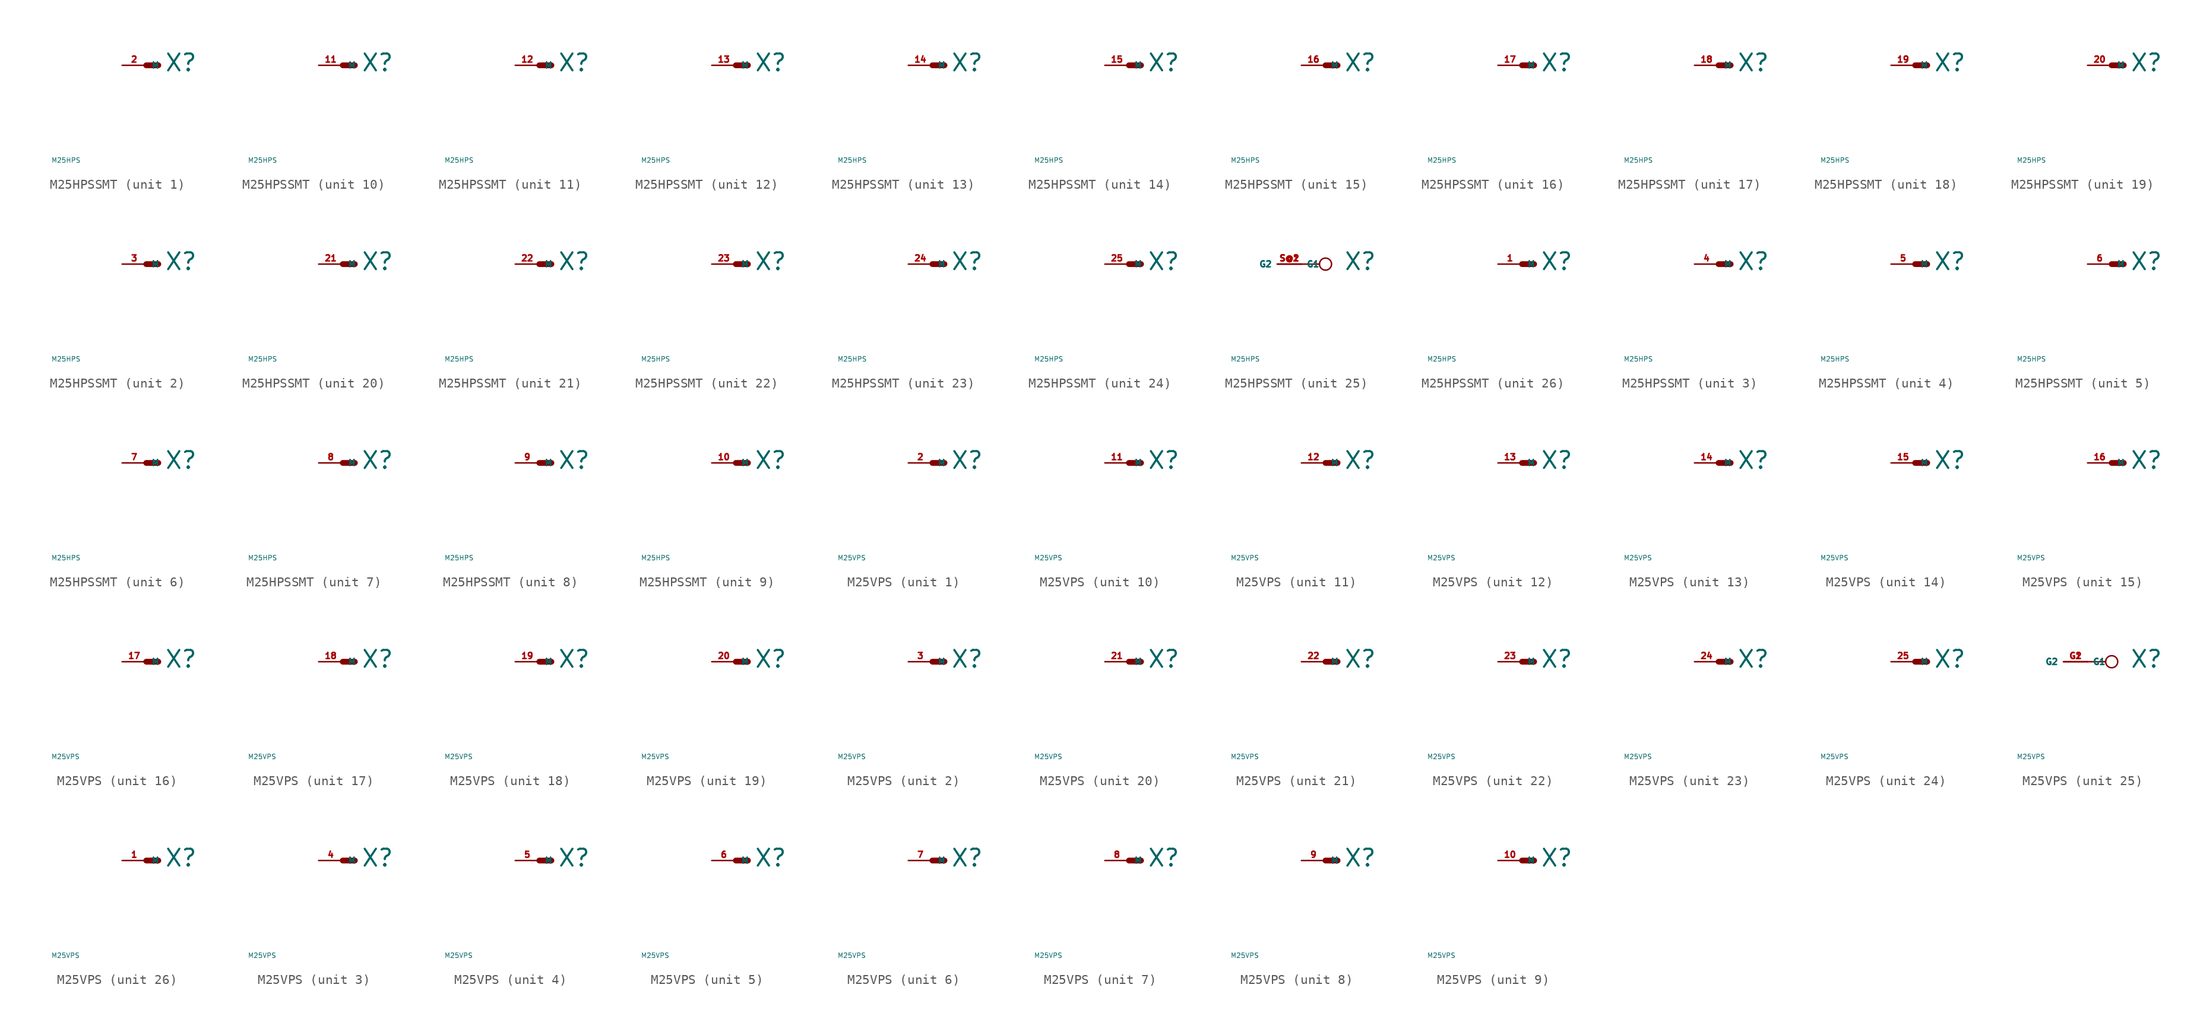
<source format=kicad_sym>
(kicad_symbol_lib
  (version 20220914)
  (generator Eagle2Kicad)
  (symbol "M25HPSSMT"
    (property "Reference" "X"
      (at 1.905 -0.762 0)
      (effects (font (size 1.778 1.778) (thickness 0.22)) (justify left bottom)))
    (property "Value" "M25HPS"
      (at -10 -10 0)
      (effects (font (size 0.5 0.5) (thickness 0.06)) (justify left)))
    (symbol "M25HPSSMT_1_0"
      (polyline (pts (xy 0 0) (xy 1.27 0)) (stroke (width 0.61) (type default)) (fill (type none)))
      (pin passive line (at -2.54 0 0) (length 2.54) (name "M" (effects (font (size 0.635 0.635) (thickness 0.08)) (justify left bottom))) (number "2" (effects (font (size 0.635 0.635) (thickness 0.08)) (justify left bottom)))))
    (symbol "M25HPSSMT_2_0"
      (polyline (pts (xy 0 0) (xy 1.27 0)) (stroke (width 0.61) (type default)) (fill (type none)))
      (pin passive line (at -2.54 0 0) (length 2.54) (name "M" (effects (font (size 0.635 0.635) (thickness 0.08)) (justify left bottom))) (number "3" (effects (font (size 0.635 0.635) (thickness 0.08)) (justify left bottom)))))
    (symbol "M25HPSSMT_3_0"
      (polyline (pts (xy 0 0) (xy 1.27 0)) (stroke (width 0.61) (type default)) (fill (type none)))
      (pin passive line (at -2.54 0 0) (length 2.54) (name "M" (effects (font (size 0.635 0.635) (thickness 0.08)) (justify left bottom))) (number "4" (effects (font (size 0.635 0.635) (thickness 0.08)) (justify left bottom)))))
    (symbol "M25HPSSMT_4_0"
      (polyline (pts (xy 0 0) (xy 1.27 0)) (stroke (width 0.61) (type default)) (fill (type none)))
      (pin passive line (at -2.54 0 0) (length 2.54) (name "M" (effects (font (size 0.635 0.635) (thickness 0.08)) (justify left bottom))) (number "5" (effects (font (size 0.635 0.635) (thickness 0.08)) (justify left bottom)))))
    (symbol "M25HPSSMT_5_0"
      (polyline (pts (xy 0 0) (xy 1.27 0)) (stroke (width 0.61) (type default)) (fill (type none)))
      (pin passive line (at -2.54 0 0) (length 2.54) (name "M" (effects (font (size 0.635 0.635) (thickness 0.08)) (justify left bottom))) (number "6" (effects (font (size 0.635 0.635) (thickness 0.08)) (justify left bottom)))))
    (symbol "M25HPSSMT_6_0"
      (polyline (pts (xy 0 0) (xy 1.27 0)) (stroke (width 0.61) (type default)) (fill (type none)))
      (pin passive line (at -2.54 0 0) (length 2.54) (name "M" (effects (font (size 0.635 0.635) (thickness 0.08)) (justify left bottom))) (number "7" (effects (font (size 0.635 0.635) (thickness 0.08)) (justify left bottom)))))
    (symbol "M25HPSSMT_7_0"
      (polyline (pts (xy 0 0) (xy 1.27 0)) (stroke (width 0.61) (type default)) (fill (type none)))
      (pin passive line (at -2.54 0 0) (length 2.54) (name "M" (effects (font (size 0.635 0.635) (thickness 0.08)) (justify left bottom))) (number "8" (effects (font (size 0.635 0.635) (thickness 0.08)) (justify left bottom)))))
    (symbol "M25HPSSMT_8_0"
      (polyline (pts (xy 0 0) (xy 1.27 0)) (stroke (width 0.61) (type default)) (fill (type none)))
      (pin passive line (at -2.54 0 0) (length 2.54) (name "M" (effects (font (size 0.635 0.635) (thickness 0.08)) (justify left bottom))) (number "9" (effects (font (size 0.635 0.635) (thickness 0.08)) (justify left bottom)))))
    (symbol "M25HPSSMT_9_0"
      (polyline (pts (xy 0 0) (xy 1.27 0)) (stroke (width 0.61) (type default)) (fill (type none)))
      (pin passive line (at -2.54 0 0) (length 2.54) (name "M" (effects (font (size 0.635 0.635) (thickness 0.08)) (justify left bottom))) (number "10" (effects (font (size 0.635 0.635) (thickness 0.08)) (justify left bottom)))))
    (symbol "M25HPSSMT_10_0"
      (polyline (pts (xy 0 0) (xy 1.27 0)) (stroke (width 0.61) (type default)) (fill (type none)))
      (pin passive line (at -2.54 0 0) (length 2.54) (name "M" (effects (font (size 0.635 0.635) (thickness 0.08)) (justify left bottom))) (number "11" (effects (font (size 0.635 0.635) (thickness 0.08)) (justify left bottom)))))
    (symbol "M25HPSSMT_11_0"
      (polyline (pts (xy 0 0) (xy 1.27 0)) (stroke (width 0.61) (type default)) (fill (type none)))
      (pin passive line (at -2.54 0 0) (length 2.54) (name "M" (effects (font (size 0.635 0.635) (thickness 0.08)) (justify left bottom))) (number "12" (effects (font (size 0.635 0.635) (thickness 0.08)) (justify left bottom)))))
    (symbol "M25HPSSMT_12_0"
      (polyline (pts (xy 0 0) (xy 1.27 0)) (stroke (width 0.61) (type default)) (fill (type none)))
      (pin passive line (at -2.54 0 0) (length 2.54) (name "M" (effects (font (size 0.635 0.635) (thickness 0.08)) (justify left bottom))) (number "13" (effects (font (size 0.635 0.635) (thickness 0.08)) (justify left bottom)))))
    (symbol "M25HPSSMT_13_0"
      (polyline (pts (xy 0 0) (xy 1.27 0)) (stroke (width 0.61) (type default)) (fill (type none)))
      (pin passive line (at -2.54 0 0) (length 2.54) (name "M" (effects (font (size 0.635 0.635) (thickness 0.08)) (justify left bottom))) (number "14" (effects (font (size 0.635 0.635) (thickness 0.08)) (justify left bottom)))))
    (symbol "M25HPSSMT_14_0"
      (polyline (pts (xy 0 0) (xy 1.27 0)) (stroke (width 0.61) (type default)) (fill (type none)))
      (pin passive line (at -2.54 0 0) (length 2.54) (name "M" (effects (font (size 0.635 0.635) (thickness 0.08)) (justify left bottom))) (number "15" (effects (font (size 0.635 0.635) (thickness 0.08)) (justify left bottom)))))
    (symbol "M25HPSSMT_15_0"
      (polyline (pts (xy 0 0) (xy 1.27 0)) (stroke (width 0.61) (type default)) (fill (type none)))
      (pin passive line (at -2.54 0 0) (length 2.54) (name "M" (effects (font (size 0.635 0.635) (thickness 0.08)) (justify left bottom))) (number "16" (effects (font (size 0.635 0.635) (thickness 0.08)) (justify left bottom)))))
    (symbol "M25HPSSMT_16_0"
      (polyline (pts (xy 0 0) (xy 1.27 0)) (stroke (width 0.61) (type default)) (fill (type none)))
      (pin passive line (at -2.54 0 0) (length 2.54) (name "M" (effects (font (size 0.635 0.635) (thickness 0.08)) (justify left bottom))) (number "17" (effects (font (size 0.635 0.635) (thickness 0.08)) (justify left bottom)))))
    (symbol "M25HPSSMT_17_0"
      (polyline (pts (xy 0 0) (xy 1.27 0)) (stroke (width 0.61) (type default)) (fill (type none)))
      (pin passive line (at -2.54 0 0) (length 2.54) (name "M" (effects (font (size 0.635 0.635) (thickness 0.08)) (justify left bottom))) (number "18" (effects (font (size 0.635 0.635) (thickness 0.08)) (justify left bottom)))))
    (symbol "M25HPSSMT_18_0"
      (polyline (pts (xy 0 0) (xy 1.27 0)) (stroke (width 0.61) (type default)) (fill (type none)))
      (pin passive line (at -2.54 0 0) (length 2.54) (name "M" (effects (font (size 0.635 0.635) (thickness 0.08)) (justify left bottom))) (number "19" (effects (font (size 0.635 0.635) (thickness 0.08)) (justify left bottom)))))
    (symbol "M25HPSSMT_19_0"
      (polyline (pts (xy 0 0) (xy 1.27 0)) (stroke (width 0.61) (type default)) (fill (type none)))
      (pin passive line (at -2.54 0 0) (length 2.54) (name "M" (effects (font (size 0.635 0.635) (thickness 0.08)) (justify left bottom))) (number "20" (effects (font (size 0.635 0.635) (thickness 0.08)) (justify left bottom)))))
    (symbol "M25HPSSMT_20_0"
      (polyline (pts (xy 0 0) (xy 1.27 0)) (stroke (width 0.61) (type default)) (fill (type none)))
      (pin passive line (at -2.54 0 0) (length 2.54) (name "M" (effects (font (size 0.635 0.635) (thickness 0.08)) (justify left bottom))) (number "21" (effects (font (size 0.635 0.635) (thickness 0.08)) (justify left bottom)))))
    (symbol "M25HPSSMT_21_0"
      (polyline (pts (xy 0 0) (xy 1.27 0)) (stroke (width 0.61) (type default)) (fill (type none)))
      (pin passive line (at -2.54 0 0) (length 2.54) (name "M" (effects (font (size 0.635 0.635) (thickness 0.08)) (justify left bottom))) (number "22" (effects (font (size 0.635 0.635) (thickness 0.08)) (justify left bottom)))))
    (symbol "M25HPSSMT_22_0"
      (polyline (pts (xy 0 0) (xy 1.27 0)) (stroke (width 0.61) (type default)) (fill (type none)))
      (pin passive line (at -2.54 0 0) (length 2.54) (name "M" (effects (font (size 0.635 0.635) (thickness 0.08)) (justify left bottom))) (number "23" (effects (font (size 0.635 0.635) (thickness 0.08)) (justify left bottom)))))
    (symbol "M25HPSSMT_23_0"
      (polyline (pts (xy 0 0) (xy 1.27 0)) (stroke (width 0.61) (type default)) (fill (type none)))
      (pin passive line (at -2.54 0 0) (length 2.54) (name "M" (effects (font (size 0.635 0.635) (thickness 0.08)) (justify left bottom))) (number "24" (effects (font (size 0.635 0.635) (thickness 0.08)) (justify left bottom)))))
    (symbol "M25HPSSMT_24_0"
      (polyline (pts (xy 0 0) (xy 1.27 0)) (stroke (width 0.61) (type default)) (fill (type none)))
      (pin passive line (at -2.54 0 0) (length 2.54) (name "M" (effects (font (size 0.635 0.635) (thickness 0.08)) (justify left bottom))) (number "25" (effects (font (size 0.635 0.635) (thickness 0.08)) (justify left bottom)))))
    (symbol "M25HPSSMT_25_0"
      (polyline (pts (xy -2.54 0) (xy -0.635 0)) (stroke (width 0.152) (type default)) (fill (type none)))
      (circle (center 0 0) (radius 0.635) (stroke (width 0.152) (type default)) (fill (type none)))
      (pin passive line (at -5.08 0 0) (length 2.54) (name "G1" (effects (font (size 0.635 0.635) (thickness 0.08)) (justify left bottom))) (number "S@1" (effects (font (size 0.635 0.635) (thickness 0.08)) (justify left bottom))))
      (pin passive line (at -2.54 0 180) (length 2.54) (name "G2" (effects (font (size 0.635 0.635) (thickness 0.08)) (justify left bottom))) (number "S@2" (effects (font (size 0.635 0.635) (thickness 0.08)) (justify left bottom)))))
    (symbol "M25HPSSMT_26_0"
      (polyline (pts (xy 0 0) (xy 1.27 0)) (stroke (width 0.61) (type default)) (fill (type none)))
      (pin passive line (at -2.54 0 0) (length 2.54) (name "M" (effects (font (size 0.635 0.635) (thickness 0.08)) (justify left bottom))) (number "1" (effects (font (size 0.635 0.635) (thickness 0.08)) (justify left bottom))))))
  (symbol "M25VPS"
    (property "Reference" "X"
      (at 1.905 -0.762 0)
      (effects (font (size 1.778 1.778) (thickness 0.22)) (justify left bottom)))
    (property "Value" "M25VPS"
      (at -10 -10 0)
      (effects (font (size 0.5 0.5) (thickness 0.06)) (justify left)))
    (symbol "M25VPS_1_0"
      (polyline (pts (xy 0 0) (xy 1.27 0)) (stroke (width 0.61) (type default)) (fill (type none)))
      (pin passive line (at -2.54 0 0) (length 2.54) (name "M" (effects (font (size 0.635 0.635) (thickness 0.08)) (justify left bottom))) (number "2" (effects (font (size 0.635 0.635) (thickness 0.08)) (justify left bottom)))))
    (symbol "M25VPS_2_0"
      (polyline (pts (xy 0 0) (xy 1.27 0)) (stroke (width 0.61) (type default)) (fill (type none)))
      (pin passive line (at -2.54 0 0) (length 2.54) (name "M" (effects (font (size 0.635 0.635) (thickness 0.08)) (justify left bottom))) (number "3" (effects (font (size 0.635 0.635) (thickness 0.08)) (justify left bottom)))))
    (symbol "M25VPS_3_0"
      (polyline (pts (xy 0 0) (xy 1.27 0)) (stroke (width 0.61) (type default)) (fill (type none)))
      (pin passive line (at -2.54 0 0) (length 2.54) (name "M" (effects (font (size 0.635 0.635) (thickness 0.08)) (justify left bottom))) (number "4" (effects (font (size 0.635 0.635) (thickness 0.08)) (justify left bottom)))))
    (symbol "M25VPS_4_0"
      (polyline (pts (xy 0 0) (xy 1.27 0)) (stroke (width 0.61) (type default)) (fill (type none)))
      (pin passive line (at -2.54 0 0) (length 2.54) (name "M" (effects (font (size 0.635 0.635) (thickness 0.08)) (justify left bottom))) (number "5" (effects (font (size 0.635 0.635) (thickness 0.08)) (justify left bottom)))))
    (symbol "M25VPS_5_0"
      (polyline (pts (xy 0 0) (xy 1.27 0)) (stroke (width 0.61) (type default)) (fill (type none)))
      (pin passive line (at -2.54 0 0) (length 2.54) (name "M" (effects (font (size 0.635 0.635) (thickness 0.08)) (justify left bottom))) (number "6" (effects (font (size 0.635 0.635) (thickness 0.08)) (justify left bottom)))))
    (symbol "M25VPS_6_0"
      (polyline (pts (xy 0 0) (xy 1.27 0)) (stroke (width 0.61) (type default)) (fill (type none)))
      (pin passive line (at -2.54 0 0) (length 2.54) (name "M" (effects (font (size 0.635 0.635) (thickness 0.08)) (justify left bottom))) (number "7" (effects (font (size 0.635 0.635) (thickness 0.08)) (justify left bottom)))))
    (symbol "M25VPS_7_0"
      (polyline (pts (xy 0 0) (xy 1.27 0)) (stroke (width 0.61) (type default)) (fill (type none)))
      (pin passive line (at -2.54 0 0) (length 2.54) (name "M" (effects (font (size 0.635 0.635) (thickness 0.08)) (justify left bottom))) (number "8" (effects (font (size 0.635 0.635) (thickness 0.08)) (justify left bottom)))))
    (symbol "M25VPS_8_0"
      (polyline (pts (xy 0 0) (xy 1.27 0)) (stroke (width 0.61) (type default)) (fill (type none)))
      (pin passive line (at -2.54 0 0) (length 2.54) (name "M" (effects (font (size 0.635 0.635) (thickness 0.08)) (justify left bottom))) (number "9" (effects (font (size 0.635 0.635) (thickness 0.08)) (justify left bottom)))))
    (symbol "M25VPS_9_0"
      (polyline (pts (xy 0 0) (xy 1.27 0)) (stroke (width 0.61) (type default)) (fill (type none)))
      (pin passive line (at -2.54 0 0) (length 2.54) (name "M" (effects (font (size 0.635 0.635) (thickness 0.08)) (justify left bottom))) (number "10" (effects (font (size 0.635 0.635) (thickness 0.08)) (justify left bottom)))))
    (symbol "M25VPS_10_0"
      (polyline (pts (xy 0 0) (xy 1.27 0)) (stroke (width 0.61) (type default)) (fill (type none)))
      (pin passive line (at -2.54 0 0) (length 2.54) (name "M" (effects (font (size 0.635 0.635) (thickness 0.08)) (justify left bottom))) (number "11" (effects (font (size 0.635 0.635) (thickness 0.08)) (justify left bottom)))))
    (symbol "M25VPS_11_0"
      (polyline (pts (xy 0 0) (xy 1.27 0)) (stroke (width 0.61) (type default)) (fill (type none)))
      (pin passive line (at -2.54 0 0) (length 2.54) (name "M" (effects (font (size 0.635 0.635) (thickness 0.08)) (justify left bottom))) (number "12" (effects (font (size 0.635 0.635) (thickness 0.08)) (justify left bottom)))))
    (symbol "M25VPS_12_0"
      (polyline (pts (xy 0 0) (xy 1.27 0)) (stroke (width 0.61) (type default)) (fill (type none)))
      (pin passive line (at -2.54 0 0) (length 2.54) (name "M" (effects (font (size 0.635 0.635) (thickness 0.08)) (justify left bottom))) (number "13" (effects (font (size 0.635 0.635) (thickness 0.08)) (justify left bottom)))))
    (symbol "M25VPS_13_0"
      (polyline (pts (xy 0 0) (xy 1.27 0)) (stroke (width 0.61) (type default)) (fill (type none)))
      (pin passive line (at -2.54 0 0) (length 2.54) (name "M" (effects (font (size 0.635 0.635) (thickness 0.08)) (justify left bottom))) (number "14" (effects (font (size 0.635 0.635) (thickness 0.08)) (justify left bottom)))))
    (symbol "M25VPS_14_0"
      (polyline (pts (xy 0 0) (xy 1.27 0)) (stroke (width 0.61) (type default)) (fill (type none)))
      (pin passive line (at -2.54 0 0) (length 2.54) (name "M" (effects (font (size 0.635 0.635) (thickness 0.08)) (justify left bottom))) (number "15" (effects (font (size 0.635 0.635) (thickness 0.08)) (justify left bottom)))))
    (symbol "M25VPS_15_0"
      (polyline (pts (xy 0 0) (xy 1.27 0)) (stroke (width 0.61) (type default)) (fill (type none)))
      (pin passive line (at -2.54 0 0) (length 2.54) (name "M" (effects (font (size 0.635 0.635) (thickness 0.08)) (justify left bottom))) (number "16" (effects (font (size 0.635 0.635) (thickness 0.08)) (justify left bottom)))))
    (symbol "M25VPS_16_0"
      (polyline (pts (xy 0 0) (xy 1.27 0)) (stroke (width 0.61) (type default)) (fill (type none)))
      (pin passive line (at -2.54 0 0) (length 2.54) (name "M" (effects (font (size 0.635 0.635) (thickness 0.08)) (justify left bottom))) (number "17" (effects (font (size 0.635 0.635) (thickness 0.08)) (justify left bottom)))))
    (symbol "M25VPS_17_0"
      (polyline (pts (xy 0 0) (xy 1.27 0)) (stroke (width 0.61) (type default)) (fill (type none)))
      (pin passive line (at -2.54 0 0) (length 2.54) (name "M" (effects (font (size 0.635 0.635) (thickness 0.08)) (justify left bottom))) (number "18" (effects (font (size 0.635 0.635) (thickness 0.08)) (justify left bottom)))))
    (symbol "M25VPS_18_0"
      (polyline (pts (xy 0 0) (xy 1.27 0)) (stroke (width 0.61) (type default)) (fill (type none)))
      (pin passive line (at -2.54 0 0) (length 2.54) (name "M" (effects (font (size 0.635 0.635) (thickness 0.08)) (justify left bottom))) (number "19" (effects (font (size 0.635 0.635) (thickness 0.08)) (justify left bottom)))))
    (symbol "M25VPS_19_0"
      (polyline (pts (xy 0 0) (xy 1.27 0)) (stroke (width 0.61) (type default)) (fill (type none)))
      (pin passive line (at -2.54 0 0) (length 2.54) (name "M" (effects (font (size 0.635 0.635) (thickness 0.08)) (justify left bottom))) (number "20" (effects (font (size 0.635 0.635) (thickness 0.08)) (justify left bottom)))))
    (symbol "M25VPS_20_0"
      (polyline (pts (xy 0 0) (xy 1.27 0)) (stroke (width 0.61) (type default)) (fill (type none)))
      (pin passive line (at -2.54 0 0) (length 2.54) (name "M" (effects (font (size 0.635 0.635) (thickness 0.08)) (justify left bottom))) (number "21" (effects (font (size 0.635 0.635) (thickness 0.08)) (justify left bottom)))))
    (symbol "M25VPS_21_0"
      (polyline (pts (xy 0 0) (xy 1.27 0)) (stroke (width 0.61) (type default)) (fill (type none)))
      (pin passive line (at -2.54 0 0) (length 2.54) (name "M" (effects (font (size 0.635 0.635) (thickness 0.08)) (justify left bottom))) (number "22" (effects (font (size 0.635 0.635) (thickness 0.08)) (justify left bottom)))))
    (symbol "M25VPS_22_0"
      (polyline (pts (xy 0 0) (xy 1.27 0)) (stroke (width 0.61) (type default)) (fill (type none)))
      (pin passive line (at -2.54 0 0) (length 2.54) (name "M" (effects (font (size 0.635 0.635) (thickness 0.08)) (justify left bottom))) (number "23" (effects (font (size 0.635 0.635) (thickness 0.08)) (justify left bottom)))))
    (symbol "M25VPS_23_0"
      (polyline (pts (xy 0 0) (xy 1.27 0)) (stroke (width 0.61) (type default)) (fill (type none)))
      (pin passive line (at -2.54 0 0) (length 2.54) (name "M" (effects (font (size 0.635 0.635) (thickness 0.08)) (justify left bottom))) (number "24" (effects (font (size 0.635 0.635) (thickness 0.08)) (justify left bottom)))))
    (symbol "M25VPS_24_0"
      (polyline (pts (xy 0 0) (xy 1.27 0)) (stroke (width 0.61) (type default)) (fill (type none)))
      (pin passive line (at -2.54 0 0) (length 2.54) (name "M" (effects (font (size 0.635 0.635) (thickness 0.08)) (justify left bottom))) (number "25" (effects (font (size 0.635 0.635) (thickness 0.08)) (justify left bottom)))))
    (symbol "M25VPS_25_0"
      (polyline (pts (xy -2.54 0) (xy -0.635 0)) (stroke (width 0.152) (type default)) (fill (type none)))
      (circle (center 0 0) (radius 0.635) (stroke (width 0.152) (type default)) (fill (type none)))
      (pin passive line (at -5.08 0 0) (length 2.54) (name "G1" (effects (font (size 0.635 0.635) (thickness 0.08)) (justify left bottom))) (number "G1" (effects (font (size 0.635 0.635) (thickness 0.08)) (justify left bottom))))
      (pin passive line (at -2.54 0 180) (length 2.54) (name "G2" (effects (font (size 0.635 0.635) (thickness 0.08)) (justify left bottom))) (number "G2" (effects (font (size 0.635 0.635) (thickness 0.08)) (justify left bottom)))))
    (symbol "M25VPS_26_0"
      (polyline (pts (xy 0 0) (xy 1.27 0)) (stroke (width 0.61) (type default)) (fill (type none)))
      (pin passive line (at -2.54 0 0) (length 2.54) (name "M" (effects (font (size 0.635 0.635) (thickness 0.08)) (justify left bottom))) (number "1" (effects (font (size 0.635 0.635) (thickness 0.08)) (justify left bottom)))))))
</source>
